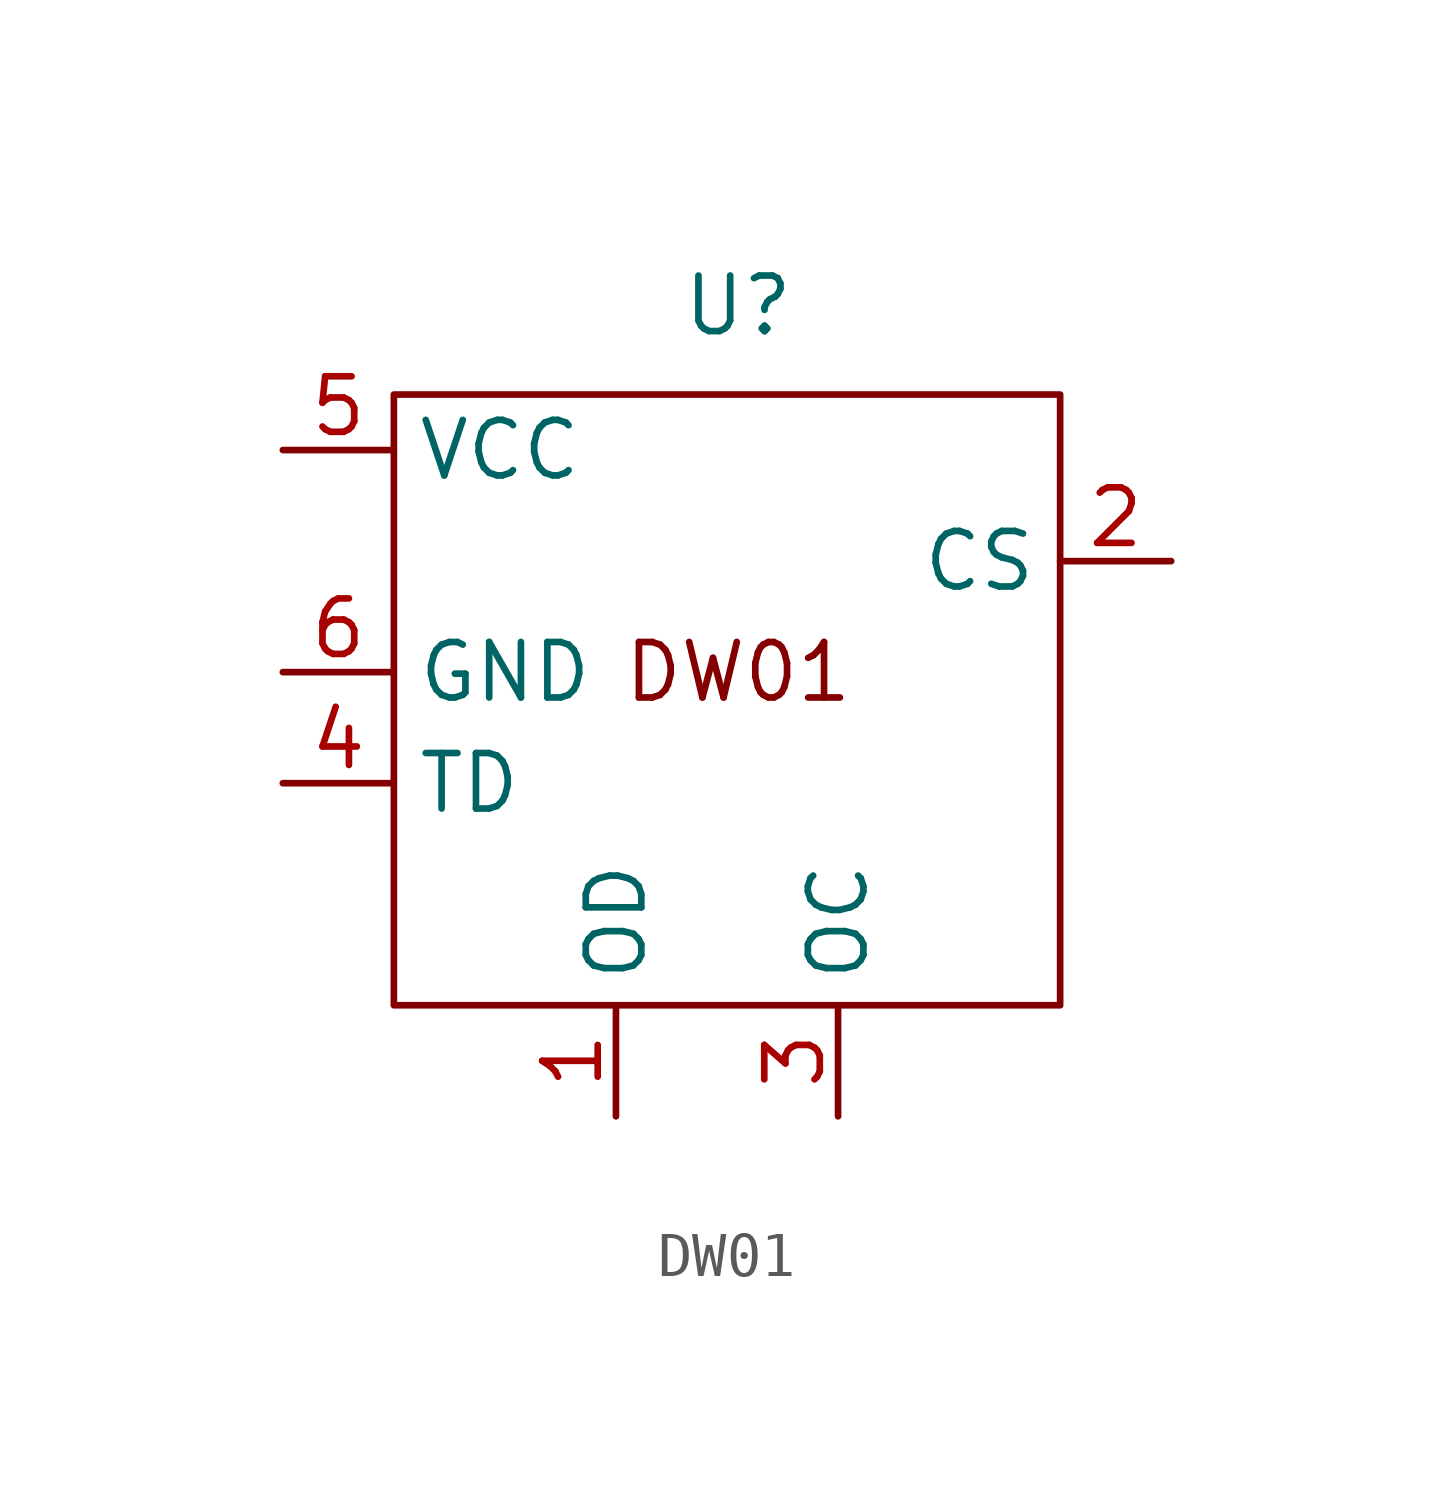
<source format=kicad_sym>
(kicad_symbol_lib
  (version 20241209)
  (generator "kicad_symbol_editor")
  (generator_version "9.0")
  (symbol "DW01"
    (property "Reference" "U"
      (at 5.334 3.302 0)
      (effects (font (size 1.27 1.27))))
    (property "Value" ""
      (at 0 0 0)
      (effects (font (size 1.27 1.27))))
    (symbol "DW01_0_1"
      (rectangle (start -2.54 1.27) (end 12.7 -12.7) (stroke (width 0) (type default)) (fill (type none))))
    (symbol "DW01_1_1"
      (text "DW01" (at 5.334 -5.08 0) (effects (font (size 1.27 1.27))))
      (pin output line (at -5.08 0 0) (length 2.54) (name "VCC" (effects (font (size 1.27 1.27)))) (number "5" (effects (font (size 1.27 1.27)))))
      (pin output line (at -5.08 -5.08 0) (length 2.54) (name "GND" (effects (font (size 1.27 1.27)))) (number "6" (effects (font (size 1.27 1.27)))))
      (pin output line (at -5.08 -7.62 0) (length 2.54) (name "TD" (effects (font (size 1.27 1.27)))) (number "4" (effects (font (size 1.27 1.27)))))
      (pin output line (at 2.54 -15.24 90) (length 2.54) (name "OD" (effects (font (size 1.27 1.27)))) (number "1" (effects (font (size 1.27 1.27)))))
      (pin output line (at 7.62 -15.24 90) (length 2.54) (name "OC" (effects (font (size 1.27 1.27)))) (number "3" (effects (font (size 1.27 1.27)))))
      (pin output line (at 15.24 -2.54 180) (length 2.54) (name "CS" (effects (font (size 1.27 1.27)))) (number "2" (effects (font (size 1.27 1.27))))))))
</source>
